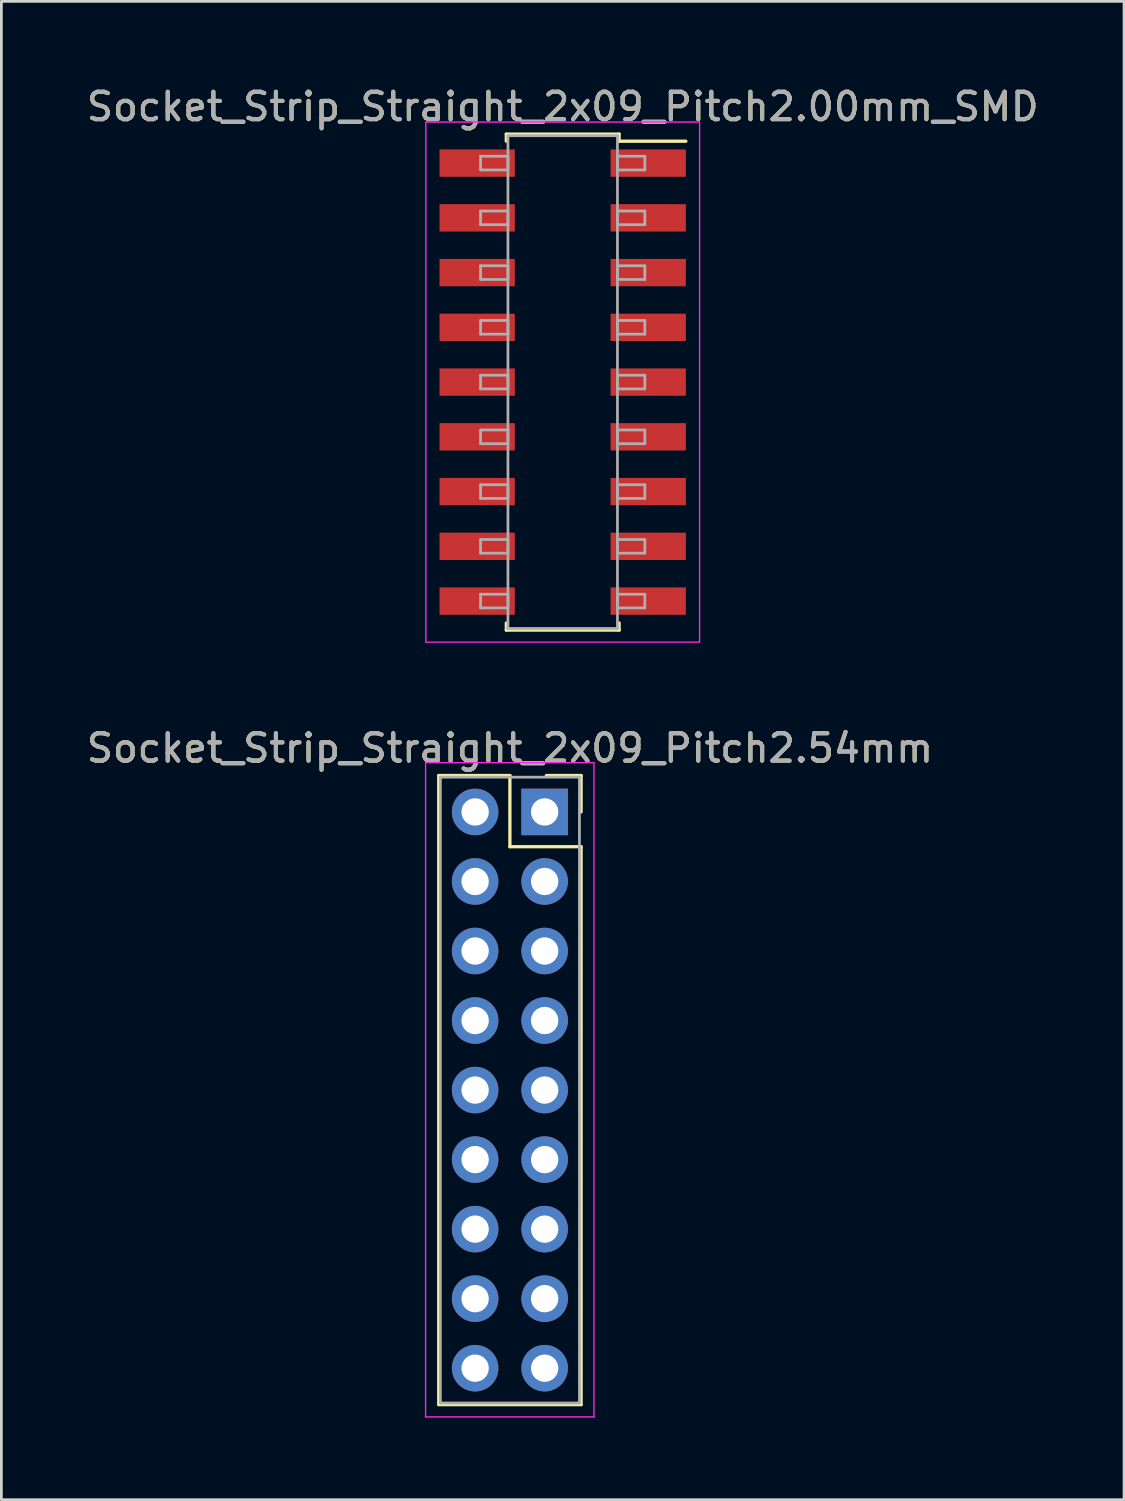
<source format=kicad_pcb>
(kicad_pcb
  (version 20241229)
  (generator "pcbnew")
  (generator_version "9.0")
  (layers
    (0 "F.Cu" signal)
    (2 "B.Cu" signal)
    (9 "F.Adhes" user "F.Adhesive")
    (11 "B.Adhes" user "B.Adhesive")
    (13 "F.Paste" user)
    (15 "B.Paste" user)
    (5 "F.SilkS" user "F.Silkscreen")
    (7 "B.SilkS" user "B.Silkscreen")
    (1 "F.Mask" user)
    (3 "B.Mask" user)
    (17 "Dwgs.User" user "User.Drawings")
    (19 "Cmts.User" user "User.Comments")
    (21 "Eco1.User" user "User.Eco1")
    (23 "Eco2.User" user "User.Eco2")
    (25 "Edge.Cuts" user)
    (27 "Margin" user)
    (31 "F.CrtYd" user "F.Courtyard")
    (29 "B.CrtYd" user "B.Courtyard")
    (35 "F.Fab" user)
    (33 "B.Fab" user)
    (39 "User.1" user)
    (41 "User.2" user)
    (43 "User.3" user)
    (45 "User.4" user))
  (footprint "Socket_Strip_Straight_2x09_Pitch2.00mm_SMD"
    (layer "F.Cu")
    (at 17.506 10.908)
    (property "Reference" "Socket_Strip_Straight_2x09_Pitch2.00mm_SMD" (at 0 -10.06 0) (layer "F.SilkS") (effects (font (size 1 1) (thickness 0.15))))
    (attr smd)
    (fp_line (start -2.06 -9.06) (end 2.06 -9.06) (stroke (width 0.12) (type solid)) (layer "F.SilkS"))
    (fp_line (start -2.06 -8.8) (end -2.06 -9.06) (stroke (width 0.12) (type solid)) (layer "F.SilkS"))
    (fp_line (start -2.06 8.8) (end -2.06 9.06) (stroke (width 0.12) (type solid)) (layer "F.SilkS"))
    (fp_line (start -2.06 9.06) (end 2.06 9.06) (stroke (width 0.12) (type solid)) (layer "F.SilkS"))
    (fp_line (start 2.06 -9.06) (end 2.06 -8.8) (stroke (width 0.12) (type solid)) (layer "F.SilkS"))
    (fp_line (start 2.06 9.06) (end 2.06 8.8) (stroke (width 0.12) (type solid)) (layer "F.SilkS"))
    (fp_line (start 4.5 -8.8) (end 2.06 -8.8) (stroke (width 0.12) (type solid)) (layer "F.SilkS"))
    (fp_line (start -5 -9.5) (end -5 9.5) (stroke (width 0.05) (type solid)) (layer "F.CrtYd"))
    (fp_line (start -5 9.5) (end 5 9.5) (stroke (width 0.05) (type solid)) (layer "F.CrtYd"))
    (fp_line (start 5 -9.5) (end -5 -9.5) (stroke (width 0.05) (type solid)) (layer "F.CrtYd"))
    (fp_line (start 5 9.5) (end 5 -9.5) (stroke (width 0.05) (type solid)) (layer "F.CrtYd"))
    (fp_line (start -3 -8.25) (end -2 -8.25) (stroke (width 0.1) (type solid)) (layer "F.Fab"))
    (fp_line (start -3 -7.75) (end -3 -8.25) (stroke (width 0.1) (type solid)) (layer "F.Fab"))
    (fp_line (start -3 -6.25) (end -2 -6.25) (stroke (width 0.1) (type solid)) (layer "F.Fab"))
    (fp_line (start -3 -5.75) (end -3 -6.25) (stroke (width 0.1) (type solid)) (layer "F.Fab"))
    (fp_line (start -3 -4.25) (end -2 -4.25) (stroke (width 0.1) (type solid)) (layer "F.Fab"))
    (fp_line (start -3 -3.75) (end -3 -4.25) (stroke (width 0.1) (type solid)) (layer "F.Fab"))
    (fp_line (start -3 -2.25) (end -2 -2.25) (stroke (width 0.1) (type solid)) (layer "F.Fab"))
    (fp_line (start -3 -1.75) (end -3 -2.25) (stroke (width 0.1) (type solid)) (layer "F.Fab"))
    (fp_line (start -3 -0.25) (end -2 -0.25) (stroke (width 0.1) (type solid)) (layer "F.Fab"))
    (fp_line (start -3 0.25) (end -3 -0.25) (stroke (width 0.1) (type solid)) (layer "F.Fab"))
    (fp_line (start -3 1.75) (end -2 1.75) (stroke (width 0.1) (type solid)) (layer "F.Fab"))
    (fp_line (start -3 2.25) (end -3 1.75) (stroke (width 0.1) (type solid)) (layer "F.Fab"))
    (fp_line (start -3 3.75) (end -2 3.75) (stroke (width 0.1) (type solid)) (layer "F.Fab"))
    (fp_line (start -3 4.25) (end -3 3.75) (stroke (width 0.1) (type solid)) (layer "F.Fab"))
    (fp_line (start -3 5.75) (end -2 5.75) (stroke (width 0.1) (type solid)) (layer "F.Fab"))
    (fp_line (start -3 6.25) (end -3 5.75) (stroke (width 0.1) (type solid)) (layer "F.Fab"))
    (fp_line (start -3 7.75) (end -2 7.75) (stroke (width 0.1) (type solid)) (layer "F.Fab"))
    (fp_line (start -3 8.25) (end -3 7.75) (stroke (width 0.1) (type solid)) (layer "F.Fab"))
    (fp_line (start -2 -9) (end -2 9) (stroke (width 0.1) (type solid)) (layer "F.Fab"))
    (fp_line (start -2 -8.25) (end -2 -7.75) (stroke (width 0.1) (type solid)) (layer "F.Fab"))
    (fp_line (start -2 -7.75) (end -3 -7.75) (stroke (width 0.1) (type solid)) (layer "F.Fab"))
    (fp_line (start -2 -6.25) (end -2 -5.75) (stroke (width 0.1) (type solid)) (layer "F.Fab"))
    (fp_line (start -2 -5.75) (end -3 -5.75) (stroke (width 0.1) (type solid)) (layer "F.Fab"))
    (fp_line (start -2 -4.25) (end -2 -3.75) (stroke (width 0.1) (type solid)) (layer "F.Fab"))
    (fp_line (start -2 -3.75) (end -3 -3.75) (stroke (width 0.1) (type solid)) (layer "F.Fab"))
    (fp_line (start -2 -2.25) (end -2 -1.75) (stroke (width 0.1) (type solid)) (layer "F.Fab"))
    (fp_line (start -2 -1.75) (end -3 -1.75) (stroke (width 0.1) (type solid)) (layer "F.Fab"))
    (fp_line (start -2 -0.25) (end -2 0.25) (stroke (width 0.1) (type solid)) (layer "F.Fab"))
    (fp_line (start -2 0.25) (end -3 0.25) (stroke (width 0.1) (type solid)) (layer "F.Fab"))
    (fp_line (start -2 1.75) (end -2 2.25) (stroke (width 0.1) (type solid)) (layer "F.Fab"))
    (fp_line (start -2 2.25) (end -3 2.25) (stroke (width 0.1) (type solid)) (layer "F.Fab"))
    (fp_line (start -2 3.75) (end -2 4.25) (stroke (width 0.1) (type solid)) (layer "F.Fab"))
    (fp_line (start -2 4.25) (end -3 4.25) (stroke (width 0.1) (type solid)) (layer "F.Fab"))
    (fp_line (start -2 5.75) (end -2 6.25) (stroke (width 0.1) (type solid)) (layer "F.Fab"))
    (fp_line (start -2 6.25) (end -3 6.25) (stroke (width 0.1) (type solid)) (layer "F.Fab"))
    (fp_line (start -2 7.75) (end -2 8.25) (stroke (width 0.1) (type solid)) (layer "F.Fab"))
    (fp_line (start -2 8.25) (end -3 8.25) (stroke (width 0.1) (type solid)) (layer "F.Fab"))
    (fp_line (start -2 9) (end 2 9) (stroke (width 0.1) (type solid)) (layer "F.Fab"))
    (fp_line (start 2 -9) (end -2 -9) (stroke (width 0.1) (type solid)) (layer "F.Fab"))
    (fp_line (start 2 -8.25) (end 2 -7.75) (stroke (width 0.1) (type solid)) (layer "F.Fab"))
    (fp_line (start 2 -7.75) (end 3 -7.75) (stroke (width 0.1) (type solid)) (layer "F.Fab"))
    (fp_line (start 2 -6.25) (end 2 -5.75) (stroke (width 0.1) (type solid)) (layer "F.Fab"))
    (fp_line (start 2 -5.75) (end 3 -5.75) (stroke (width 0.1) (type solid)) (layer "F.Fab"))
    (fp_line (start 2 -4.25) (end 2 -3.75) (stroke (width 0.1) (type solid)) (layer "F.Fab"))
    (fp_line (start 2 -3.75) (end 3 -3.75) (stroke (width 0.1) (type solid)) (layer "F.Fab"))
    (fp_line (start 2 -2.25) (end 2 -1.75) (stroke (width 0.1) (type solid)) (layer "F.Fab"))
    (fp_line (start 2 -1.75) (end 3 -1.75) (stroke (width 0.1) (type solid)) (layer "F.Fab"))
    (fp_line (start 2 -0.25) (end 2 0.25) (stroke (width 0.1) (type solid)) (layer "F.Fab"))
    (fp_line (start 2 0.25) (end 3 0.25) (stroke (width 0.1) (type solid)) (layer "F.Fab"))
    (fp_line (start 2 1.75) (end 2 2.25) (stroke (width 0.1) (type solid)) (layer "F.Fab"))
    (fp_line (start 2 2.25) (end 3 2.25) (stroke (width 0.1) (type solid)) (layer "F.Fab"))
    (fp_line (start 2 3.75) (end 2 4.25) (stroke (width 0.1) (type solid)) (layer "F.Fab"))
    (fp_line (start 2 4.25) (end 3 4.25) (stroke (width 0.1) (type solid)) (layer "F.Fab"))
    (fp_line (start 2 5.75) (end 2 6.25) (stroke (width 0.1) (type solid)) (layer "F.Fab"))
    (fp_line (start 2 6.25) (end 3 6.25) (stroke (width 0.1) (type solid)) (layer "F.Fab"))
    (fp_line (start 2 7.75) (end 2 8.25) (stroke (width 0.1) (type solid)) (layer "F.Fab"))
    (fp_line (start 2 8.25) (end 3 8.25) (stroke (width 0.1) (type solid)) (layer "F.Fab"))
    (fp_line (start 2 9) (end 2 -9) (stroke (width 0.1) (type solid)) (layer "F.Fab"))
    (fp_line (start 3 -8.25) (end 2 -8.25) (stroke (width 0.1) (type solid)) (layer "F.Fab"))
    (fp_line (start 3 -7.75) (end 3 -8.25) (stroke (width 0.1) (type solid)) (layer "F.Fab"))
    (fp_line (start 3 -6.25) (end 2 -6.25) (stroke (width 0.1) (type solid)) (layer "F.Fab"))
    (fp_line (start 3 -5.75) (end 3 -6.25) (stroke (width 0.1) (type solid)) (layer "F.Fab"))
    (fp_line (start 3 -4.25) (end 2 -4.25) (stroke (width 0.1) (type solid)) (layer "F.Fab"))
    (fp_line (start 3 -3.75) (end 3 -4.25) (stroke (width 0.1) (type solid)) (layer "F.Fab"))
    (fp_line (start 3 -2.25) (end 2 -2.25) (stroke (width 0.1) (type solid)) (layer "F.Fab"))
    (fp_line (start 3 -1.75) (end 3 -2.25) (stroke (width 0.1) (type solid)) (layer "F.Fab"))
    (fp_line (start 3 -0.25) (end 2 -0.25) (stroke (width 0.1) (type solid)) (layer "F.Fab"))
    (fp_line (start 3 0.25) (end 3 -0.25) (stroke (width 0.1) (type solid)) (layer "F.Fab"))
    (fp_line (start 3 1.75) (end 2 1.75) (stroke (width 0.1) (type solid)) (layer "F.Fab"))
    (fp_line (start 3 2.25) (end 3 1.75) (stroke (width 0.1) (type solid)) (layer "F.Fab"))
    (fp_line (start 3 3.75) (end 2 3.75) (stroke (width 0.1) (type solid)) (layer "F.Fab"))
    (fp_line (start 3 4.25) (end 3 3.75) (stroke (width 0.1) (type solid)) (layer "F.Fab"))
    (fp_line (start 3 5.75) (end 2 5.75) (stroke (width 0.1) (type solid)) (layer "F.Fab"))
    (fp_line (start 3 6.25) (end 3 5.75) (stroke (width 0.1) (type solid)) (layer "F.Fab"))
    (fp_line (start 3 7.75) (end 2 7.75) (stroke (width 0.1) (type solid)) (layer "F.Fab"))
    (fp_line (start 3 8.25) (end 3 7.75) (stroke (width 0.1) (type solid)) (layer "F.Fab"))
    (fp_text user "${REFERENCE}" (at 0 -10.06 0) (layer "F.Fab") (effects (font (size 1 1) (thickness 0.15))))
    (pad "1" smd rect (at 3.125 -8) (size 2.75 1) (layers "F.Cu" "F.Mask" "F.Paste"))
    (pad "2" smd rect (at -3.125 -8) (size 2.75 1) (layers "F.Cu" "F.Mask" "F.Paste"))
    (pad "3" smd rect (at 3.125 -6) (size 2.75 1) (layers "F.Cu" "F.Mask" "F.Paste"))
    (pad "4" smd rect (at -3.125 -6) (size 2.75 1) (layers "F.Cu" "F.Mask" "F.Paste"))
    (pad "5" smd rect (at 3.125 -4) (size 2.75 1) (layers "F.Cu" "F.Mask" "F.Paste"))
    (pad "6" smd rect (at -3.125 -4) (size 2.75 1) (layers "F.Cu" "F.Mask" "F.Paste"))
    (pad "7" smd rect (at 3.125 -2) (size 2.75 1) (layers "F.Cu" "F.Mask" "F.Paste"))
    (pad "8" smd rect (at -3.125 -2) (size 2.75 1) (layers "F.Cu" "F.Mask" "F.Paste"))
    (pad "9" smd rect (at 3.125 0) (size 2.75 1) (layers "F.Cu" "F.Mask" "F.Paste"))
    (pad "10" smd rect (at -3.125 0) (size 2.75 1) (layers "F.Cu" "F.Mask" "F.Paste"))
    (pad "11" smd rect (at 3.125 2) (size 2.75 1) (layers "F.Cu" "F.Mask" "F.Paste"))
    (pad "12" smd rect (at -3.125 2) (size 2.75 1) (layers "F.Cu" "F.Mask" "F.Paste"))
    (pad "13" smd rect (at 3.125 4) (size 2.75 1) (layers "F.Cu" "F.Mask" "F.Paste"))
    (pad "14" smd rect (at -3.125 4) (size 2.75 1) (layers "F.Cu" "F.Mask" "F.Paste"))
    (pad "15" smd rect (at 3.125 6) (size 2.75 1) (layers "F.Cu" "F.Mask" "F.Paste"))
    (pad "16" smd rect (at -3.125 6) (size 2.75 1) (layers "F.Cu" "F.Mask" "F.Paste"))
    (pad "17" smd rect (at 3.125 8) (size 2.75 1) (layers "F.Cu" "F.Mask" "F.Paste"))
    (pad "18" smd rect (at -3.125 8) (size 2.75 1) (layers "F.Cu" "F.Mask" "F.Paste")))
  (footprint "Socket_Strip_Straight_2x09_Pitch2.54mm"
    (layer "F.Cu")
    (at 16.847 26.611)
    (property "Reference" "Socket_Strip_Straight_2x09_Pitch2.54mm" (at -1.27 -2.33 0) (layer "F.SilkS") (effects (font (size 1 1) (thickness 0.15))))
    (attr through_hole)
    (fp_line (start -3.87 -1.33) (end -1.27 -1.33) (stroke (width 0.12) (type solid)) (layer "F.SilkS"))
    (fp_line (start -3.87 21.65) (end -3.87 -1.33) (stroke (width 0.12) (type solid)) (layer "F.SilkS"))
    (fp_line (start -1.27 -1.33) (end -1.27 1.27) (stroke (width 0.12) (type solid)) (layer "F.SilkS"))
    (fp_line (start -1.27 1.27) (end 1.33 1.27) (stroke (width 0.12) (type solid)) (layer "F.SilkS"))
    (fp_line (start 1.33 -1.33) (end 0.06 -1.33) (stroke (width 0.12) (type solid)) (layer "F.SilkS"))
    (fp_line (start 1.33 0) (end 1.33 -1.33) (stroke (width 0.12) (type solid)) (layer "F.SilkS"))
    (fp_line (start 1.33 1.27) (end 1.33 21.65) (stroke (width 0.12) (type solid)) (layer "F.SilkS"))
    (fp_line (start 1.33 21.65) (end -3.87 21.65) (stroke (width 0.12) (type solid)) (layer "F.SilkS"))
    (fp_line (start -4.35 -1.8) (end -4.35 22.1) (stroke (width 0.05) (type solid)) (layer "F.CrtYd"))
    (fp_line (start -4.35 22.1) (end 1.8 22.1) (stroke (width 0.05) (type solid)) (layer "F.CrtYd"))
    (fp_line (start 1.8 -1.8) (end -4.35 -1.8) (stroke (width 0.05) (type solid)) (layer "F.CrtYd"))
    (fp_line (start 1.8 22.1) (end 1.8 -1.8) (stroke (width 0.05) (type solid)) (layer "F.CrtYd"))
    (fp_line (start -3.81 -1.27) (end -3.81 21.59) (stroke (width 0.1) (type solid)) (layer "F.Fab"))
    (fp_line (start -3.81 21.59) (end 1.27 21.59) (stroke (width 0.1) (type solid)) (layer "F.Fab"))
    (fp_line (start 1.27 -1.27) (end -3.81 -1.27) (stroke (width 0.1) (type solid)) (layer "F.Fab"))
    (fp_line (start 1.27 21.59) (end 1.27 -1.27) (stroke (width 0.1) (type solid)) (layer "F.Fab"))
    (fp_text user "${REFERENCE}" (at -1.27 -2.33 0) (layer "F.Fab") (effects (font (size 1 1) (thickness 0.15))))
    (pad "1" thru_hole rect (at 0 0) (size 1.7 1.7) (drill 1) (layers "*.Cu" "*.Mask"))
    (pad "2" thru_hole oval (at -2.54 0) (size 1.7 1.7) (drill 1) (layers "*.Cu" "*.Mask"))
    (pad "3" thru_hole oval (at 0 2.54) (size 1.7 1.7) (drill 1) (layers "*.Cu" "*.Mask"))
    (pad "4" thru_hole oval (at -2.54 2.54) (size 1.7 1.7) (drill 1) (layers "*.Cu" "*.Mask"))
    (pad "5" thru_hole oval (at 0 5.08) (size 1.7 1.7) (drill 1) (layers "*.Cu" "*.Mask"))
    (pad "6" thru_hole oval (at -2.54 5.08) (size 1.7 1.7) (drill 1) (layers "*.Cu" "*.Mask"))
    (pad "7" thru_hole oval (at 0 7.62) (size 1.7 1.7) (drill 1) (layers "*.Cu" "*.Mask"))
    (pad "8" thru_hole oval (at -2.54 7.62) (size 1.7 1.7) (drill 1) (layers "*.Cu" "*.Mask"))
    (pad "9" thru_hole oval (at 0 10.16) (size 1.7 1.7) (drill 1) (layers "*.Cu" "*.Mask"))
    (pad "10" thru_hole oval (at -2.54 10.16) (size 1.7 1.7) (drill 1) (layers "*.Cu" "*.Mask"))
    (pad "11" thru_hole oval (at 0 12.7) (size 1.7 1.7) (drill 1) (layers "*.Cu" "*.Mask"))
    (pad "12" thru_hole oval (at -2.54 12.7) (size 1.7 1.7) (drill 1) (layers "*.Cu" "*.Mask"))
    (pad "13" thru_hole oval (at 0 15.24) (size 1.7 1.7) (drill 1) (layers "*.Cu" "*.Mask"))
    (pad "14" thru_hole oval (at -2.54 15.24) (size 1.7 1.7) (drill 1) (layers "*.Cu" "*.Mask"))
    (pad "15" thru_hole oval (at 0 17.78) (size 1.7 1.7) (drill 1) (layers "*.Cu" "*.Mask"))
    (pad "16" thru_hole oval (at -2.54 17.78) (size 1.7 1.7) (drill 1) (layers "*.Cu" "*.Mask"))
    (pad "17" thru_hole oval (at 0 20.32) (size 1.7 1.7) (drill 1) (layers "*.Cu" "*.Mask"))
    (pad "18" thru_hole oval (at -2.54 20.32) (size 1.7 1.7) (drill 1) (layers "*.Cu" "*.Mask")))
  (gr_rect
    (start -3 -3)
    (end 38.012 51.736)
    (stroke (width 0.1) (type default))
    (fill no)
    (layer "Edge.Cuts")))
</source>
